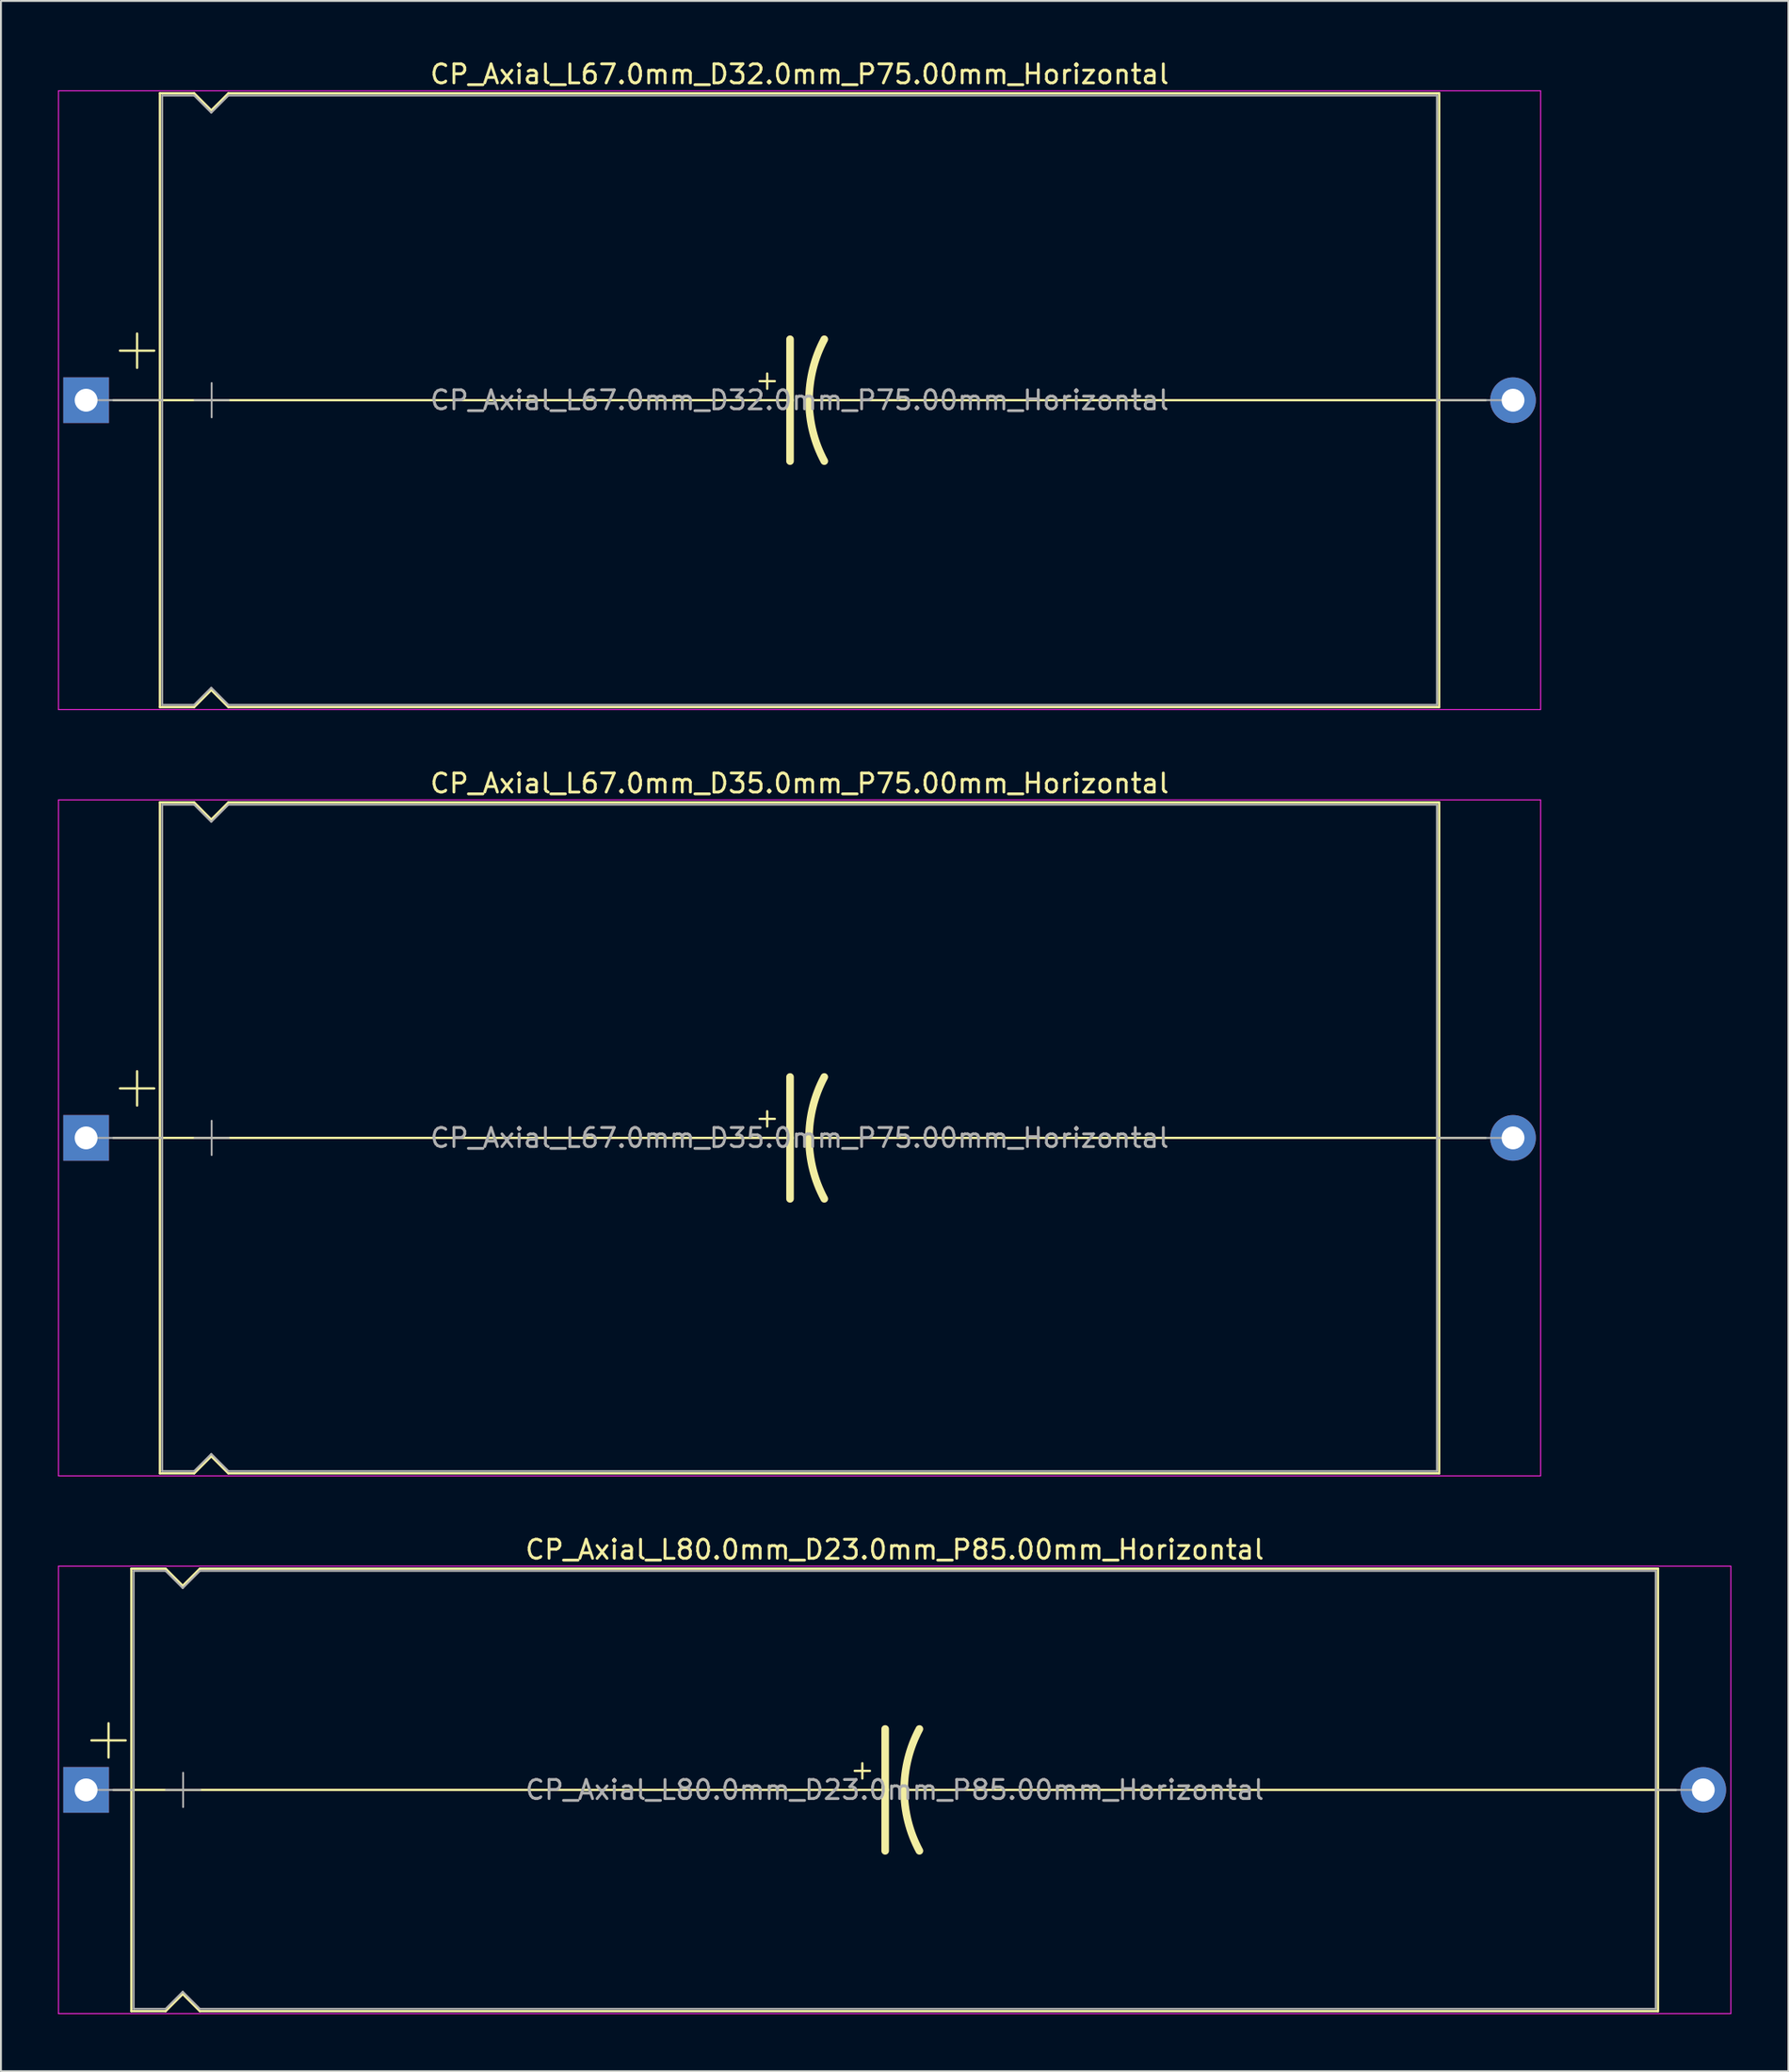
<source format=kicad_pcb>
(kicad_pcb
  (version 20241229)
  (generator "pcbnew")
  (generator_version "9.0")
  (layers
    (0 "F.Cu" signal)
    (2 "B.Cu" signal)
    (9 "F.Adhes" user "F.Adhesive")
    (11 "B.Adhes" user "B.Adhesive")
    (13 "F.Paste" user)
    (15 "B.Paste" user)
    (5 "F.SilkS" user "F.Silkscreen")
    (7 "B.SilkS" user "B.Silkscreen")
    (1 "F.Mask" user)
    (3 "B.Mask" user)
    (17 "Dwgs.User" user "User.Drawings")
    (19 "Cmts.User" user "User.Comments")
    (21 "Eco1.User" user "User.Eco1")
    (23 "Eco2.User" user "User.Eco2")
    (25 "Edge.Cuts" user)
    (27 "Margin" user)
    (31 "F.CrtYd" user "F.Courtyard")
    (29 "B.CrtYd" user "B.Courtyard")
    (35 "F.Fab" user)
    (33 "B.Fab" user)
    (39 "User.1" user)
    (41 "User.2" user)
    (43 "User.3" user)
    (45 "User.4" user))
  (footprint "CP_Axial_L67.0mm_D35.0mm_P75.00mm_Horizontal"
    (layer "F.Cu")
    (at 1.475 56.712)
    (property "Reference" "CP_Axial_L67.0mm_D35.0mm_P75.00mm_Horizontal" (at 37.5 -18.62 0) (layer "F.SilkS") (effects (font (size 1 1) (thickness 0.15))))
    (attr through_hole)
    (fp_line (start 1.44 0) (end 3.88 0) (stroke (width 0.12) (type solid)) (layer "F.SilkS"))
    (fp_line (start 1.78 -2.6) (end 3.58 -2.6) (stroke (width 0.12) (type solid)) (layer "F.SilkS"))
    (fp_line (start 2.68 -3.5) (end 2.68 -1.7) (stroke (width 0.12) (type solid)) (layer "F.SilkS"))
    (fp_line (start 3.88 -17.62) (end 3.88 17.62) (stroke (width 0.12) (type solid)) (layer "F.SilkS"))
    (fp_line (start 3.88 -17.62) (end 5.68 -17.62) (stroke (width 0.12) (type solid)) (layer "F.SilkS"))
    (fp_line (start 3.88 0) (end 37 0) (stroke (width 0.12) (type solid)) (layer "F.SilkS"))
    (fp_line (start 3.88 17.62) (end 5.68 17.62) (stroke (width 0.12) (type solid)) (layer "F.SilkS"))
    (fp_line (start 5.68 -17.62) (end 6.58 -16.72) (stroke (width 0.12) (type solid)) (layer "F.SilkS"))
    (fp_line (start 5.68 17.62) (end 6.58 16.72) (stroke (width 0.12) (type solid)) (layer "F.SilkS"))
    (fp_line (start 6.58 -16.72) (end 7.48 -17.62) (stroke (width 0.12) (type solid)) (layer "F.SilkS"))
    (fp_line (start 6.58 16.72) (end 7.48 17.62) (stroke (width 0.12) (type solid)) (layer "F.SilkS"))
    (fp_line (start 7.48 -17.62) (end 71.12 -17.62) (stroke (width 0.12) (type solid)) (layer "F.SilkS"))
    (fp_line (start 7.48 17.62) (end 71.12 17.62) (stroke (width 0.12) (type solid)) (layer "F.SilkS"))
    (fp_line (start 35.4 -1) (end 36.2 -1) (stroke (width 0.12) (type solid)) (layer "F.SilkS"))
    (fp_line (start 35.8 -1.4) (end 35.8 -0.6) (stroke (width 0.12) (type solid)) (layer "F.SilkS"))
    (fp_line (start 37 0) (end 37 -3.2) (stroke (width 0.4) (type solid)) (layer "F.SilkS"))
    (fp_line (start 37 0) (end 37 3.2) (stroke (width 0.4) (type solid)) (layer "F.SilkS"))
    (fp_line (start 71.12 -17.62) (end 71.12 17.62) (stroke (width 0.12) (type solid)) (layer "F.SilkS"))
    (fp_line (start 71.12 0) (end 38 0) (stroke (width 0.12) (type solid)) (layer "F.SilkS"))
    (fp_line (start 73.56 0) (end 71.12 0) (stroke (width 0.12) (type solid)) (layer "F.SilkS"))
    (fp_arc (start 38 0) (mid 38.203546 -1.649113) (end 38.8 -3.2) (stroke (width 0.4) (type solid)) (layer "F.SilkS"))
    (fp_arc (start 38.8 3.2) (mid 38.200708 1.649824) (end 38 0) (stroke (width 0.4) (type solid)) (layer "F.SilkS"))
    (fp_line (start -1.45 -17.75) (end -1.45 17.75) (stroke (width 0.05) (type solid)) (layer "F.CrtYd"))
    (fp_line (start -1.45 17.75) (end 76.45 17.75) (stroke (width 0.05) (type solid)) (layer "F.CrtYd"))
    (fp_line (start 76.45 -17.75) (end -1.45 -17.75) (stroke (width 0.05) (type solid)) (layer "F.CrtYd"))
    (fp_line (start 76.45 17.75) (end 76.45 -17.75) (stroke (width 0.05) (type solid)) (layer "F.CrtYd"))
    (fp_line (start 0 0) (end 4 0) (stroke (width 0.1) (type solid)) (layer "F.Fab"))
    (fp_line (start 4 -17.5) (end 4 17.5) (stroke (width 0.1) (type solid)) (layer "F.Fab"))
    (fp_line (start 4 -17.5) (end 5.68 -17.5) (stroke (width 0.1) (type solid)) (layer "F.Fab"))
    (fp_line (start 4 17.5) (end 5.68 17.5) (stroke (width 0.1) (type solid)) (layer "F.Fab"))
    (fp_line (start 5.68 -17.5) (end 6.58 -16.6) (stroke (width 0.1) (type solid)) (layer "F.Fab"))
    (fp_line (start 5.68 17.5) (end 6.58 16.6) (stroke (width 0.1) (type solid)) (layer "F.Fab"))
    (fp_line (start 5.7 0) (end 7.5 0) (stroke (width 0.1) (type solid)) (layer "F.Fab"))
    (fp_line (start 6.58 -16.6) (end 7.48 -17.5) (stroke (width 0.1) (type solid)) (layer "F.Fab"))
    (fp_line (start 6.58 16.6) (end 7.48 17.5) (stroke (width 0.1) (type solid)) (layer "F.Fab"))
    (fp_line (start 6.6 -0.9) (end 6.6 0.9) (stroke (width 0.1) (type solid)) (layer "F.Fab"))
    (fp_line (start 7.48 -17.5) (end 71 -17.5) (stroke (width 0.1) (type solid)) (layer "F.Fab"))
    (fp_line (start 7.48 17.5) (end 71 17.5) (stroke (width 0.1) (type solid)) (layer "F.Fab"))
    (fp_line (start 71 -17.5) (end 71 17.5) (stroke (width 0.1) (type solid)) (layer "F.Fab"))
    (fp_line (start 75 0) (end 71 0) (stroke (width 0.1) (type solid)) (layer "F.Fab"))
    (fp_text user "${REFERENCE}" (at 37.5 0 0) (layer "F.Fab") (effects (font (size 1 1) (thickness 0.15))))
    (pad "1" thru_hole rect (at 0 0) (size 2.4 2.4) (drill 1.2) (layers "*.Cu" "*.Mask"))
    (pad "2" thru_hole oval (at 75 0) (size 2.4 2.4) (drill 1.2) (layers "*.Cu" "*.Mask")))
  (footprint "CP_Axial_L80.0mm_D23.0mm_P85.00mm_Horizontal"
    (layer "F.Cu")
    (at 1.475 90.955)
    (property "Reference" "CP_Axial_L80.0mm_D23.0mm_P85.00mm_Horizontal" (at 42.5 -12.62 0) (layer "F.SilkS") (effects (font (size 1 1) (thickness 0.15))))
    (attr through_hole)
    (fp_line (start 0.28 -2.6) (end 2.08 -2.6) (stroke (width 0.12) (type solid)) (layer "F.SilkS"))
    (fp_line (start 1.18 -3.5) (end 1.18 -1.7) (stroke (width 0.12) (type solid)) (layer "F.SilkS"))
    (fp_line (start 1.44 0) (end 2.38 0) (stroke (width 0.12) (type solid)) (layer "F.SilkS"))
    (fp_line (start 2.38 -11.62) (end 2.38 11.62) (stroke (width 0.12) (type solid)) (layer "F.SilkS"))
    (fp_line (start 2.38 -11.62) (end 4.18 -11.62) (stroke (width 0.12) (type solid)) (layer "F.SilkS"))
    (fp_line (start 2.38 0) (end 42 0) (stroke (width 0.12) (type solid)) (layer "F.SilkS"))
    (fp_line (start 2.38 11.62) (end 4.18 11.62) (stroke (width 0.12) (type solid)) (layer "F.SilkS"))
    (fp_line (start 4.18 -11.62) (end 5.08 -10.72) (stroke (width 0.12) (type solid)) (layer "F.SilkS"))
    (fp_line (start 4.18 11.62) (end 5.08 10.72) (stroke (width 0.12) (type solid)) (layer "F.SilkS"))
    (fp_line (start 5.08 -10.72) (end 5.98 -11.62) (stroke (width 0.12) (type solid)) (layer "F.SilkS"))
    (fp_line (start 5.08 10.72) (end 5.98 11.62) (stroke (width 0.12) (type solid)) (layer "F.SilkS"))
    (fp_line (start 5.98 -11.62) (end 82.62 -11.62) (stroke (width 0.12) (type solid)) (layer "F.SilkS"))
    (fp_line (start 5.98 11.62) (end 82.62 11.62) (stroke (width 0.12) (type solid)) (layer "F.SilkS"))
    (fp_line (start 40.4 -1) (end 41.2 -1) (stroke (width 0.12) (type solid)) (layer "F.SilkS"))
    (fp_line (start 40.8 -1.4) (end 40.8 -0.6) (stroke (width 0.12) (type solid)) (layer "F.SilkS"))
    (fp_line (start 42 0) (end 42 -3.2) (stroke (width 0.4) (type solid)) (layer "F.SilkS"))
    (fp_line (start 42 0) (end 42 3.2) (stroke (width 0.4) (type solid)) (layer "F.SilkS"))
    (fp_line (start 82.62 -11.62) (end 82.62 11.62) (stroke (width 0.12) (type solid)) (layer "F.SilkS"))
    (fp_line (start 82.62 0) (end 43 0) (stroke (width 0.12) (type solid)) (layer "F.SilkS"))
    (fp_line (start 83.56 0) (end 82.62 0) (stroke (width 0.12) (type solid)) (layer "F.SilkS"))
    (fp_arc (start 43 0) (mid 43.203546 -1.649113) (end 43.8 -3.2) (stroke (width 0.4) (type solid)) (layer "F.SilkS"))
    (fp_arc (start 43.8 3.2) (mid 43.200708 1.649824) (end 43 0) (stroke (width 0.4) (type solid)) (layer "F.SilkS"))
    (fp_line (start -1.45 -11.75) (end -1.45 11.75) (stroke (width 0.05) (type solid)) (layer "F.CrtYd"))
    (fp_line (start -1.45 11.75) (end 86.45 11.75) (stroke (width 0.05) (type solid)) (layer "F.CrtYd"))
    (fp_line (start 86.45 -11.75) (end -1.45 -11.75) (stroke (width 0.05) (type solid)) (layer "F.CrtYd"))
    (fp_line (start 86.45 11.75) (end 86.45 -11.75) (stroke (width 0.05) (type solid)) (layer "F.CrtYd"))
    (fp_line (start 0 0) (end 2.5 0) (stroke (width 0.1) (type solid)) (layer "F.Fab"))
    (fp_line (start 2.5 -11.5) (end 2.5 11.5) (stroke (width 0.1) (type solid)) (layer "F.Fab"))
    (fp_line (start 2.5 -11.5) (end 4.18 -11.5) (stroke (width 0.1) (type solid)) (layer "F.Fab"))
    (fp_line (start 2.5 11.5) (end 4.18 11.5) (stroke (width 0.1) (type solid)) (layer "F.Fab"))
    (fp_line (start 4.18 -11.5) (end 5.08 -10.6) (stroke (width 0.1) (type solid)) (layer "F.Fab"))
    (fp_line (start 4.18 11.5) (end 5.08 10.6) (stroke (width 0.1) (type solid)) (layer "F.Fab"))
    (fp_line (start 4.2 0) (end 6 0) (stroke (width 0.1) (type solid)) (layer "F.Fab"))
    (fp_line (start 5.08 -10.6) (end 5.98 -11.5) (stroke (width 0.1) (type solid)) (layer "F.Fab"))
    (fp_line (start 5.08 10.6) (end 5.98 11.5) (stroke (width 0.1) (type solid)) (layer "F.Fab"))
    (fp_line (start 5.1 -0.9) (end 5.1 0.9) (stroke (width 0.1) (type solid)) (layer "F.Fab"))
    (fp_line (start 5.98 -11.5) (end 82.5 -11.5) (stroke (width 0.1) (type solid)) (layer "F.Fab"))
    (fp_line (start 5.98 11.5) (end 82.5 11.5) (stroke (width 0.1) (type solid)) (layer "F.Fab"))
    (fp_line (start 82.5 -11.5) (end 82.5 11.5) (stroke (width 0.1) (type solid)) (layer "F.Fab"))
    (fp_line (start 85 0) (end 82.5 0) (stroke (width 0.1) (type solid)) (layer "F.Fab"))
    (fp_text user "${REFERENCE}" (at 42.5 0 0) (layer "F.Fab") (effects (font (size 1 1) (thickness 0.15))))
    (pad "1" thru_hole rect (at 0 0) (size 2.4 2.4) (drill 1.2) (layers "*.Cu" "*.Mask"))
    (pad "2" thru_hole oval (at 85 0) (size 2.4 2.4) (drill 1.2) (layers "*.Cu" "*.Mask")))
  (footprint "CP_Axial_L67.0mm_D32.0mm_P75.00mm_Horizontal"
    (layer "F.Cu")
    (at 1.475 17.968)
    (property "Reference" "CP_Axial_L67.0mm_D32.0mm_P75.00mm_Horizontal" (at 37.5 -17.12 0) (layer "F.SilkS") (effects (font (size 1 1) (thickness 0.15))))
    (attr through_hole)
    (fp_line (start 1.44 0) (end 3.88 0) (stroke (width 0.12) (type solid)) (layer "F.SilkS"))
    (fp_line (start 1.78 -2.6) (end 3.58 -2.6) (stroke (width 0.12) (type solid)) (layer "F.SilkS"))
    (fp_line (start 2.68 -3.5) (end 2.68 -1.7) (stroke (width 0.12) (type solid)) (layer "F.SilkS"))
    (fp_line (start 3.88 -16.12) (end 3.88 16.12) (stroke (width 0.12) (type solid)) (layer "F.SilkS"))
    (fp_line (start 3.88 -16.12) (end 5.68 -16.12) (stroke (width 0.12) (type solid)) (layer "F.SilkS"))
    (fp_line (start 3.88 0) (end 37 0) (stroke (width 0.12) (type solid)) (layer "F.SilkS"))
    (fp_line (start 3.88 16.12) (end 5.68 16.12) (stroke (width 0.12) (type solid)) (layer "F.SilkS"))
    (fp_line (start 5.68 -16.12) (end 6.58 -15.22) (stroke (width 0.12) (type solid)) (layer "F.SilkS"))
    (fp_line (start 5.68 16.12) (end 6.58 15.22) (stroke (width 0.12) (type solid)) (layer "F.SilkS"))
    (fp_line (start 6.58 -15.22) (end 7.48 -16.12) (stroke (width 0.12) (type solid)) (layer "F.SilkS"))
    (fp_line (start 6.58 15.22) (end 7.48 16.12) (stroke (width 0.12) (type solid)) (layer "F.SilkS"))
    (fp_line (start 7.48 -16.12) (end 71.12 -16.12) (stroke (width 0.12) (type solid)) (layer "F.SilkS"))
    (fp_line (start 7.48 16.12) (end 71.12 16.12) (stroke (width 0.12) (type solid)) (layer "F.SilkS"))
    (fp_line (start 35.4 -1) (end 36.2 -1) (stroke (width 0.12) (type solid)) (layer "F.SilkS"))
    (fp_line (start 35.8 -1.4) (end 35.8 -0.6) (stroke (width 0.12) (type solid)) (layer "F.SilkS"))
    (fp_line (start 37 0) (end 37 -3.2) (stroke (width 0.4) (type solid)) (layer "F.SilkS"))
    (fp_line (start 37 0) (end 37 3.2) (stroke (width 0.4) (type solid)) (layer "F.SilkS"))
    (fp_line (start 71.12 -16.12) (end 71.12 16.12) (stroke (width 0.12) (type solid)) (layer "F.SilkS"))
    (fp_line (start 71.12 0) (end 38 0) (stroke (width 0.12) (type solid)) (layer "F.SilkS"))
    (fp_line (start 73.56 0) (end 71.12 0) (stroke (width 0.12) (type solid)) (layer "F.SilkS"))
    (fp_arc (start 38 0) (mid 38.203546 -1.649113) (end 38.8 -3.2) (stroke (width 0.4) (type solid)) (layer "F.SilkS"))
    (fp_arc (start 38.8 3.2) (mid 38.200708 1.649824) (end 38 0) (stroke (width 0.4) (type solid)) (layer "F.SilkS"))
    (fp_line (start -1.45 -16.25) (end -1.45 16.25) (stroke (width 0.05) (type solid)) (layer "F.CrtYd"))
    (fp_line (start -1.45 16.25) (end 76.45 16.25) (stroke (width 0.05) (type solid)) (layer "F.CrtYd"))
    (fp_line (start 76.45 -16.25) (end -1.45 -16.25) (stroke (width 0.05) (type solid)) (layer "F.CrtYd"))
    (fp_line (start 76.45 16.25) (end 76.45 -16.25) (stroke (width 0.05) (type solid)) (layer "F.CrtYd"))
    (fp_line (start 0 0) (end 4 0) (stroke (width 0.1) (type solid)) (layer "F.Fab"))
    (fp_line (start 4 -16) (end 4 16) (stroke (width 0.1) (type solid)) (layer "F.Fab"))
    (fp_line (start 4 -16) (end 5.68 -16) (stroke (width 0.1) (type solid)) (layer "F.Fab"))
    (fp_line (start 4 16) (end 5.68 16) (stroke (width 0.1) (type solid)) (layer "F.Fab"))
    (fp_line (start 5.68 -16) (end 6.58 -15.1) (stroke (width 0.1) (type solid)) (layer "F.Fab"))
    (fp_line (start 5.68 16) (end 6.58 15.1) (stroke (width 0.1) (type solid)) (layer "F.Fab"))
    (fp_line (start 5.7 0) (end 7.5 0) (stroke (width 0.1) (type solid)) (layer "F.Fab"))
    (fp_line (start 6.58 -15.1) (end 7.48 -16) (stroke (width 0.1) (type solid)) (layer "F.Fab"))
    (fp_line (start 6.58 15.1) (end 7.48 16) (stroke (width 0.1) (type solid)) (layer "F.Fab"))
    (fp_line (start 6.6 -0.9) (end 6.6 0.9) (stroke (width 0.1) (type solid)) (layer "F.Fab"))
    (fp_line (start 7.48 -16) (end 71 -16) (stroke (width 0.1) (type solid)) (layer "F.Fab"))
    (fp_line (start 7.48 16) (end 71 16) (stroke (width 0.1) (type solid)) (layer "F.Fab"))
    (fp_line (start 71 -16) (end 71 16) (stroke (width 0.1) (type solid)) (layer "F.Fab"))
    (fp_line (start 75 0) (end 71 0) (stroke (width 0.1) (type solid)) (layer "F.Fab"))
    (fp_text user "${REFERENCE}" (at 37.5 0 0) (layer "F.Fab") (effects (font (size 1 1) (thickness 0.15))))
    (pad "1" thru_hole rect (at 0 0) (size 2.4 2.4) (drill 1.2) (layers "*.Cu" "*.Mask"))
    (pad "2" thru_hole oval (at 75 0) (size 2.4 2.4) (drill 1.2) (layers "*.Cu" "*.Mask")))
  (gr_rect
    (start -3 -3)
    (end 90.95 105.73)
    (stroke (width 0.1) (type default))
    (fill no)
    (layer "Edge.Cuts")))
</source>
